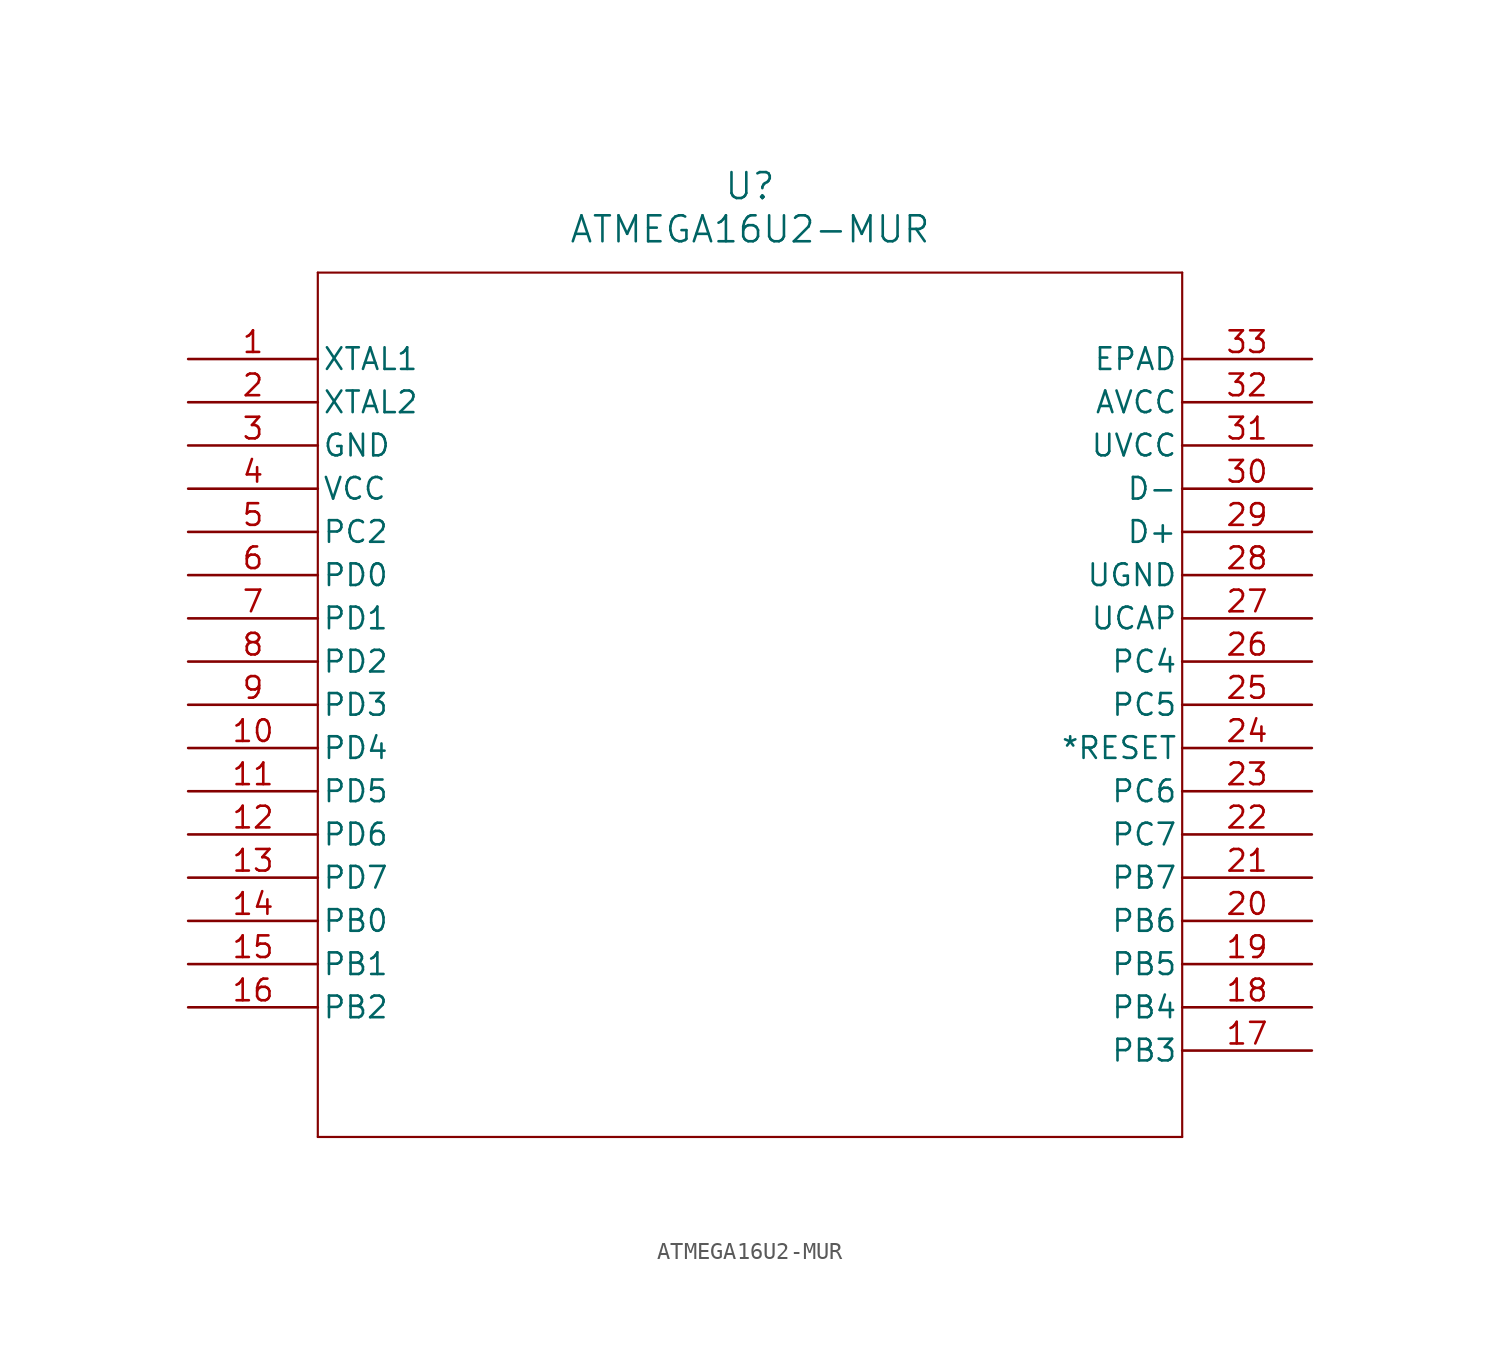
<source format=kicad_sym>
(kicad_symbol_lib
  (version 20211014)
  (generator kicad_symbol_editor)
  (symbol "ATMEGA16U2-MUR"
    (pin_names
      (offset 0.254))
    (property "Reference" "U"
      (at 33.02 10.16 0)
      (effects (font (size 1.524 1.524))))
    (property "Value" "ATMEGA16U2-MUR"
      (at 33.02 7.62 0)
      (effects (font (size 1.524 1.524))))
    (symbol "ATMEGA16U2-MUR_0_1"
      (polyline (pts (xy 7.62 5.08) (xy 7.62 -45.72)) (stroke (width 0.127) (type default) (color 0 0 0 0)) (fill (type none)))
      (polyline (pts (xy 7.62 -45.72) (xy 58.42 -45.72)) (stroke (width 0.127) (type default) (color 0 0 0 0)) (fill (type none)))
      (polyline (pts (xy 58.42 -45.72) (xy 58.42 5.08)) (stroke (width 0.127) (type default) (color 0 0 0 0)) (fill (type none)))
      (polyline (pts (xy 58.42 5.08) (xy 7.62 5.08)) (stroke (width 0.127) (type default) (color 0 0 0 0)) (fill (type none)))
      (pin input line (at 0 0 0) (length 7.62) (name "XTAL1" (effects (font (size 1.27 1.27)))) (number "1" (effects (font (size 1.27 1.27)))))
      (pin output line (at 0 -2.54 0) (length 7.62) (name "XTAL2" (effects (font (size 1.27 1.27)))) (number "2" (effects (font (size 1.27 1.27)))))
      (pin power_in line (at 0 -5.08 0) (length 7.62) (name "GND" (effects (font (size 1.27 1.27)))) (number "3" (effects (font (size 1.27 1.27)))))
      (pin power_in line (at 0 -7.62 0) (length 7.62) (name "VCC" (effects (font (size 1.27 1.27)))) (number "4" (effects (font (size 1.27 1.27)))))
      (pin bidirectional line (at 0 -10.16 0) (length 7.62) (name "PC2" (effects (font (size 1.27 1.27)))) (number "5" (effects (font (size 1.27 1.27)))))
      (pin bidirectional line (at 0 -12.7 0) (length 7.62) (name "PD0" (effects (font (size 1.27 1.27)))) (number "6" (effects (font (size 1.27 1.27)))))
      (pin bidirectional line (at 0 -15.24 0) (length 7.62) (name "PD1" (effects (font (size 1.27 1.27)))) (number "7" (effects (font (size 1.27 1.27)))))
      (pin bidirectional line (at 0 -17.78 0) (length 7.62) (name "PD2" (effects (font (size 1.27 1.27)))) (number "8" (effects (font (size 1.27 1.27)))))
      (pin bidirectional line (at 0 -20.32 0) (length 7.62) (name "PD3" (effects (font (size 1.27 1.27)))) (number "9" (effects (font (size 1.27 1.27)))))
      (pin bidirectional line (at 0 -22.86 0) (length 7.62) (name "PD4" (effects (font (size 1.27 1.27)))) (number "10" (effects (font (size 1.27 1.27)))))
      (pin bidirectional line (at 0 -25.4 0) (length 7.62) (name "PD5" (effects (font (size 1.27 1.27)))) (number "11" (effects (font (size 1.27 1.27)))))
      (pin bidirectional line (at 0 -27.94 0) (length 7.62) (name "PD6" (effects (font (size 1.27 1.27)))) (number "12" (effects (font (size 1.27 1.27)))))
      (pin bidirectional line (at 0 -30.48 0) (length 7.62) (name "PD7" (effects (font (size 1.27 1.27)))) (number "13" (effects (font (size 1.27 1.27)))))
      (pin bidirectional line (at 0 -33.02 0) (length 7.62) (name "PB0" (effects (font (size 1.27 1.27)))) (number "14" (effects (font (size 1.27 1.27)))))
      (pin bidirectional line (at 0 -35.56 0) (length 7.62) (name "PB1" (effects (font (size 1.27 1.27)))) (number "15" (effects (font (size 1.27 1.27)))))
      (pin bidirectional line (at 0 -38.1 0) (length 7.62) (name "PB2" (effects (font (size 1.27 1.27)))) (number "16" (effects (font (size 1.27 1.27)))))
      (pin bidirectional line (at 66.04 -40.64 180) (length 7.62) (name "PB3" (effects (font (size 1.27 1.27)))) (number "17" (effects (font (size 1.27 1.27)))))
      (pin bidirectional line (at 66.04 -38.1 180) (length 7.62) (name "PB4" (effects (font (size 1.27 1.27)))) (number "18" (effects (font (size 1.27 1.27)))))
      (pin bidirectional line (at 66.04 -35.56 180) (length 7.62) (name "PB5" (effects (font (size 1.27 1.27)))) (number "19" (effects (font (size 1.27 1.27)))))
      (pin bidirectional line (at 66.04 -33.02 180) (length 7.62) (name "PB6" (effects (font (size 1.27 1.27)))) (number "20" (effects (font (size 1.27 1.27)))))
      (pin bidirectional line (at 66.04 -30.48 180) (length 7.62) (name "PB7" (effects (font (size 1.27 1.27)))) (number "21" (effects (font (size 1.27 1.27)))))
      (pin bidirectional line (at 66.04 -27.94 180) (length 7.62) (name "PC7" (effects (font (size 1.27 1.27)))) (number "22" (effects (font (size 1.27 1.27)))))
      (pin bidirectional line (at 66.04 -25.4 180) (length 7.62) (name "PC6" (effects (font (size 1.27 1.27)))) (number "23" (effects (font (size 1.27 1.27)))))
      (pin input line (at 66.04 -22.86 180) (length 7.62) (name "*RESET" (effects (font (size 1.27 1.27)))) (number "24" (effects (font (size 1.27 1.27)))))
      (pin bidirectional line (at 66.04 -20.32 180) (length 7.62) (name "PC5" (effects (font (size 1.27 1.27)))) (number "25" (effects (font (size 1.27 1.27)))))
      (pin bidirectional line (at 66.04 -17.78 180) (length 7.62) (name "PC4" (effects (font (size 1.27 1.27)))) (number "26" (effects (font (size 1.27 1.27)))))
      (pin unspecified line (at 66.04 -15.24 180) (length 7.62) (name "UCAP" (effects (font (size 1.27 1.27)))) (number "27" (effects (font (size 1.27 1.27)))))
      (pin power_in line (at 66.04 -12.7 180) (length 7.62) (name "UGND" (effects (font (size 1.27 1.27)))) (number "28" (effects (font (size 1.27 1.27)))))
      (pin unspecified line (at 66.04 -10.16 180) (length 7.62) (name "D+" (effects (font (size 1.27 1.27)))) (number "29" (effects (font (size 1.27 1.27)))))
      (pin unspecified line (at 66.04 -7.62 180) (length 7.62) (name "D-" (effects (font (size 1.27 1.27)))) (number "30" (effects (font (size 1.27 1.27)))))
      (pin power_in line (at 66.04 -5.08 180) (length 7.62) (name "UVCC" (effects (font (size 1.27 1.27)))) (number "31" (effects (font (size 1.27 1.27)))))
      (pin power_in line (at 66.04 -2.54 180) (length 7.62) (name "AVCC" (effects (font (size 1.27 1.27)))) (number "32" (effects (font (size 1.27 1.27)))))
      (pin unspecified line (at 66.04 0 180) (length 7.62) (name "EPAD" (effects (font (size 1.27 1.27)))) (number "33" (effects (font (size 1.27 1.27))))))))
</source>
